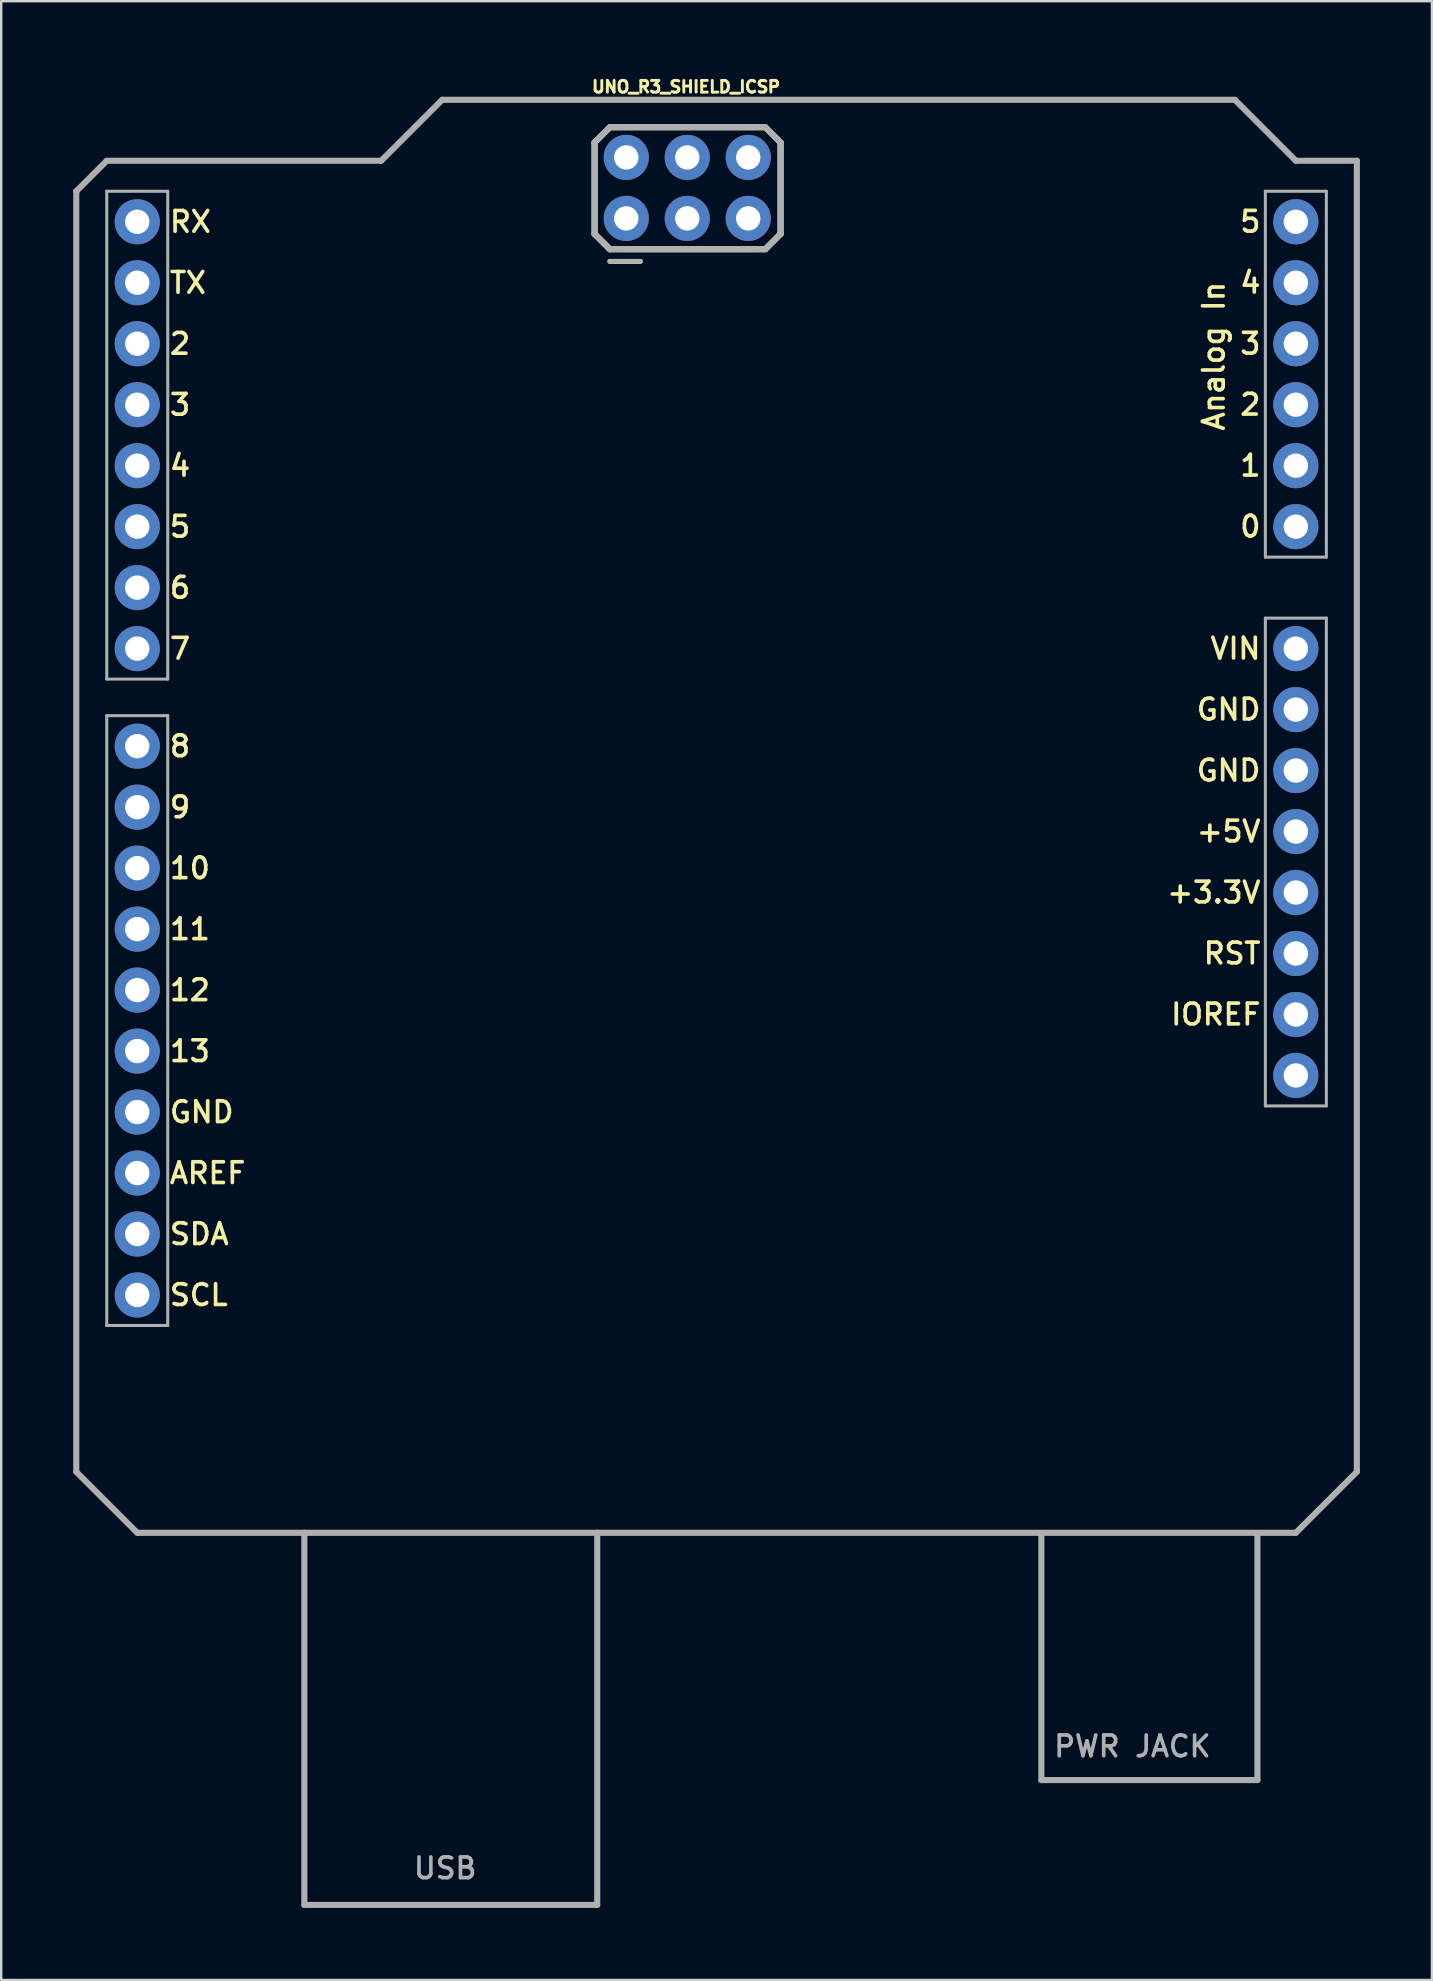
<source format=kicad_pcb>
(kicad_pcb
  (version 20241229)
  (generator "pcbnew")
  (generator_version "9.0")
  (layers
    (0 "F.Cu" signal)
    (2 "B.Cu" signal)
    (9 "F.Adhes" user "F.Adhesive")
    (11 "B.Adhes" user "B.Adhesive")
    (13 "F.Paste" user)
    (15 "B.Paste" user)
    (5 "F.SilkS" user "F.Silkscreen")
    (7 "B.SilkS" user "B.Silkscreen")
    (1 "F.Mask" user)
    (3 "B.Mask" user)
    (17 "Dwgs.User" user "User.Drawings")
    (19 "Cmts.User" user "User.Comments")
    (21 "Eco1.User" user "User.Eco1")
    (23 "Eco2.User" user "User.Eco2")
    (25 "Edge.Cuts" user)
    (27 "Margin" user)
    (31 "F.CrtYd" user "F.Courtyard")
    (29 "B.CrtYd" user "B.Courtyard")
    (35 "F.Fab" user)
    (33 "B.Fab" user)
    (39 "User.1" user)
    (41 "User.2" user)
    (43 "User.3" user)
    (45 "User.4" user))
  (footprint "UNO_R3_SHIELD_ICSP"
    (layer "F.Cu")
    (at 26.797 30.317)
    (property "Reference" "UNO_R3_SHIELD_ICSP" (at -1.27 -29.464 0) (layer "F.SilkS") (effects (font (size 0.488 0.488) (thickness 0.122)) (justify bottom)))
    (fp_line (start -5.08 -27.432) (end -4.445 -28.067) (stroke (width 0.254) (type solid)) (layer "F.SilkS"))
    (fp_line (start -5.08 -23.622) (end -5.08 -27.432) (stroke (width 0.254) (type solid)) (layer "F.SilkS"))
    (fp_line (start -4.445 -28.067) (end 2.032 -28.067) (stroke (width 0.254) (type solid)) (layer "F.SilkS"))
    (fp_line (start -4.445 -22.987) (end -5.08 -23.622) (stroke (width 0.254) (type solid)) (layer "F.SilkS"))
    (fp_line (start -3.175 -22.479) (end -4.445 -22.479) (stroke (width 0.203) (type solid)) (layer "F.SilkS"))
    (fp_line (start 2.032 -28.067) (end 2.667 -27.432) (stroke (width 0.254) (type solid)) (layer "F.SilkS"))
    (fp_line (start 2.032 -22.987) (end -4.445 -22.987) (stroke (width 0.254) (type solid)) (layer "F.SilkS"))
    (fp_line (start 2.667 -27.432) (end 2.667 -23.622) (stroke (width 0.254) (type solid)) (layer "F.SilkS"))
    (fp_line (start 2.667 -23.622) (end 2.032 -22.987) (stroke (width 0.254) (type solid)) (layer "F.SilkS"))
    (fp_line (start -26.67 -25.4) (end -26.67 27.94) (stroke (width 0.254) (type solid)) (layer "F.Fab"))
    (fp_line (start -26.67 27.94) (end -24.13 30.48) (stroke (width 0.254) (type solid)) (layer "F.Fab"))
    (fp_line (start -25.4 -26.67) (end -26.67 -25.4) (stroke (width 0.254) (type solid)) (layer "F.Fab"))
    (fp_line (start -25.4 -25.4) (end -22.86 -25.4) (stroke (width 0.127) (type solid)) (layer "F.Fab"))
    (fp_line (start -25.4 -5.08) (end -25.4 -25.4) (stroke (width 0.127) (type solid)) (layer "F.Fab"))
    (fp_line (start -25.4 -3.556) (end -22.86 -3.556) (stroke (width 0.127) (type solid)) (layer "F.Fab"))
    (fp_line (start -25.4 21.844) (end -25.4 -3.556) (stroke (width 0.127) (type solid)) (layer "F.Fab"))
    (fp_line (start -24.13 30.48) (end -17.17 30.48) (stroke (width 0.254) (type solid)) (layer "F.Fab"))
    (fp_line (start -22.86 -25.4) (end -22.86 -5.08) (stroke (width 0.127) (type solid)) (layer "F.Fab"))
    (fp_line (start -22.86 -5.08) (end -25.4 -5.08) (stroke (width 0.127) (type solid)) (layer "F.Fab"))
    (fp_line (start -22.86 -3.556) (end -22.86 21.844) (stroke (width 0.127) (type solid)) (layer "F.Fab"))
    (fp_line (start -22.86 21.844) (end -25.4 21.844) (stroke (width 0.127) (type solid)) (layer "F.Fab"))
    (fp_line (start -17.17 30.48) (end -4.97 30.48) (stroke (width 0.254) (type solid)) (layer "F.Fab"))
    (fp_line (start -17.17 45.98) (end -17.17 30.48) (stroke (width 0.254) (type solid)) (layer "F.Fab"))
    (fp_line (start -17.17 45.98) (end -4.97 45.98) (stroke (width 0.254) (type solid)) (layer "F.Fab"))
    (fp_line (start -13.97 -26.67) (end -25.4 -26.67) (stroke (width 0.254) (type solid)) (layer "F.Fab"))
    (fp_line (start -11.43 -29.21) (end -13.97 -26.67) (stroke (width 0.254) (type solid)) (layer "F.Fab"))
    (fp_line (start -5.08 -27.432) (end -4.445 -28.067) (stroke (width 0.254) (type solid)) (layer "F.Fab"))
    (fp_line (start -5.08 -23.622) (end -5.08 -27.432) (stroke (width 0.254) (type solid)) (layer "F.Fab"))
    (fp_line (start -4.97 30.48) (end 24.13 30.48) (stroke (width 0.254) (type solid)) (layer "F.Fab"))
    (fp_line (start -4.97 45.98) (end -4.97 30.48) (stroke (width 0.254) (type solid)) (layer "F.Fab"))
    (fp_line (start -4.445 -28.067) (end 2.032 -28.067) (stroke (width 0.254) (type solid)) (layer "F.Fab"))
    (fp_line (start -4.445 -22.987) (end -5.08 -23.622) (stroke (width 0.254) (type solid)) (layer "F.Fab"))
    (fp_line (start -3.175 -22.479) (end -4.445 -22.479) (stroke (width 0.203) (type solid)) (layer "F.Fab"))
    (fp_line (start 2.032 -28.067) (end 2.667 -27.432) (stroke (width 0.254) (type solid)) (layer "F.Fab"))
    (fp_line (start 2.032 -22.987) (end -4.445 -22.987) (stroke (width 0.254) (type solid)) (layer "F.Fab"))
    (fp_line (start 2.667 -27.432) (end 2.667 -23.622) (stroke (width 0.254) (type solid)) (layer "F.Fab"))
    (fp_line (start 2.667 -23.622) (end 2.032 -22.987) (stroke (width 0.254) (type solid)) (layer "F.Fab"))
    (fp_line (start 13.53 40.78) (end 13.53 30.58) (stroke (width 0.254) (type solid)) (layer "F.Fab"))
    (fp_line (start 13.53 40.78) (end 22.53 40.78) (stroke (width 0.254) (type solid)) (layer "F.Fab"))
    (fp_line (start 21.59 -29.21) (end -11.43 -29.21) (stroke (width 0.254) (type solid)) (layer "F.Fab"))
    (fp_line (start 22.53 40.78) (end 22.53 30.58) (stroke (width 0.254) (type solid)) (layer "F.Fab"))
    (fp_line (start 22.86 -25.4) (end 25.4 -25.4) (stroke (width 0.127) (type solid)) (layer "F.Fab"))
    (fp_line (start 22.86 -10.16) (end 22.86 -25.4) (stroke (width 0.127) (type solid)) (layer "F.Fab"))
    (fp_line (start 22.86 -7.62) (end 22.86 12.7) (stroke (width 0.127) (type solid)) (layer "F.Fab"))
    (fp_line (start 22.86 12.7) (end 25.4 12.7) (stroke (width 0.127) (type solid)) (layer "F.Fab"))
    (fp_line (start 24.13 -26.67) (end 21.59 -29.21) (stroke (width 0.254) (type solid)) (layer "F.Fab"))
    (fp_line (start 24.13 30.48) (end 26.67 27.94) (stroke (width 0.254) (type solid)) (layer "F.Fab"))
    (fp_line (start 25.4 -25.4) (end 25.4 -10.16) (stroke (width 0.127) (type solid)) (layer "F.Fab"))
    (fp_line (start 25.4 -10.16) (end 22.86 -10.16) (stroke (width 0.127) (type solid)) (layer "F.Fab"))
    (fp_line (start 25.4 -7.62) (end 22.86 -7.62) (stroke (width 0.127) (type solid)) (layer "F.Fab"))
    (fp_line (start 25.4 12.7) (end 25.4 -7.62) (stroke (width 0.127) (type solid)) (layer "F.Fab"))
    (fp_line (start 26.67 -26.67) (end 24.13 -26.67) (stroke (width 0.254) (type solid)) (layer "F.Fab"))
    (fp_line (start 26.67 27.94) (end 26.67 -26.67) (stroke (width 0.254) (type solid)) (layer "F.Fab"))
    (fp_text user "GND" (at -22.86 13.462 0) (layer "F.SilkS") (effects (font (size 0.864 0.864) (thickness 0.152)) (justify left bottom)))
    (fp_text user "VIN" (at 22.746 -6.858 0) (layer "F.SilkS") (effects (font (size 0.864 0.864) (thickness 0.152)) (justify right top)))
    (fp_text user "0" (at 22.746 -11.938 0) (layer "F.SilkS") (effects (font (size 0.864 0.864) (thickness 0.152)) (justify right top)))
    (fp_text user "2" (at -22.86 -18.542 0) (layer "F.SilkS") (effects (font (size 0.864 0.864) (thickness 0.152)) (justify left bottom)))
    (fp_text user "SDA" (at -22.86 18.542 0) (layer "F.SilkS") (effects (font (size 0.864 0.864) (thickness 0.152)) (justify left bottom)))
    (fp_text user "7" (at -22.86 -5.842 0) (layer "F.SilkS") (effects (font (size 0.864 0.864) (thickness 0.152)) (justify left bottom)))
    (fp_text user "+3.3V" (at 22.746 3.302 0) (layer "F.SilkS") (effects (font (size 0.864 0.864) (thickness 0.152)) (justify right top)))
    (fp_text user "9" (at -22.86 0.762 0) (layer "F.SilkS") (effects (font (size 0.864 0.864) (thickness 0.152)) (justify left bottom)))
    (fp_text user "+5V" (at 22.746 0.762 0) (layer "F.SilkS") (effects (font (size 0.864 0.864) (thickness 0.152)) (justify right top)))
    (fp_text user "3" (at 22.746 -19.558 0) (layer "F.SilkS") (effects (font (size 0.864 0.864) (thickness 0.152)) (justify right top)))
    (fp_text user "11" (at -22.86 5.842 0) (layer "F.SilkS") (effects (font (size 0.864 0.864) (thickness 0.152)) (justify left bottom)))
    (fp_text user "SCL" (at -22.86 21.082 0) (layer "F.SilkS") (effects (font (size 0.864 0.864) (thickness 0.152)) (justify left bottom)))
    (fp_text user "2" (at 22.746 -17.018 0) (layer "F.SilkS") (effects (font (size 0.864 0.864) (thickness 0.152)) (justify right top)))
    (fp_text user "8" (at -22.86 -1.778 0) (layer "F.SilkS") (effects (font (size 0.864 0.864) (thickness 0.152)) (justify left bottom)))
    (fp_text user "GND" (at 22.746 -4.318 0) (layer "F.SilkS") (effects (font (size 0.864 0.864) (thickness 0.152)) (justify right top)))
    (fp_text user "AREF" (at -22.86 16.002 0) (layer "F.SilkS") (effects (font (size 0.864 0.864) (thickness 0.152)) (justify left bottom)))
    (fp_text user "13" (at -22.86 10.922 0) (layer "F.SilkS") (effects (font (size 0.864 0.864) (thickness 0.152)) (justify left bottom)))
    (fp_text user "12" (at -22.86 8.382 0) (layer "F.SilkS") (effects (font (size 0.864 0.864) (thickness 0.152)) (justify left bottom)))
    (fp_text user "6" (at -22.86 -8.382 0) (layer "F.SilkS") (effects (font (size 0.864 0.864) (thickness 0.152)) (justify left bottom)))
    (fp_text user "TX" (at -22.86 -21.082 0) (layer "F.SilkS") (effects (font (size 0.864 0.864) (thickness 0.152)) (justify left bottom)))
    (fp_text user "10" (at -22.86 3.302 0) (layer "F.SilkS") (effects (font (size 0.864 0.864) (thickness 0.152)) (justify left bottom)))
    (fp_text user "5" (at 22.746 -24.638 0) (layer "F.SilkS") (effects (font (size 0.864 0.864) (thickness 0.152)) (justify right top)))
    (fp_text user "1" (at 22.746 -14.478 0) (layer "F.SilkS") (effects (font (size 0.864 0.864) (thickness 0.152)) (justify right top)))
    (fp_text user "RX" (at -22.86 -23.622 0) (layer "F.SilkS") (effects (font (size 0.864 0.864) (thickness 0.152)) (justify left bottom)))
    (fp_text user "5" (at -22.86 -10.922 0) (layer "F.SilkS") (effects (font (size 0.864 0.864) (thickness 0.152)) (justify left bottom)))
    (fp_text user "4" (at -22.86 -13.462 0) (layer "F.SilkS") (effects (font (size 0.864 0.864) (thickness 0.152)) (justify left bottom)))
    (fp_text user "RST" (at 22.746 5.842 0) (layer "F.SilkS") (effects (font (size 0.864 0.864) (thickness 0.152)) (justify right top)))
    (fp_text user "Analog In" (at 20.206 -21.717 90) (layer "F.SilkS") (effects (font (size 0.864 0.864) (thickness 0.152)) (justify right top)))
    (fp_text user "4" (at 22.746 -22.098 0) (layer "F.SilkS") (effects (font (size 0.864 0.864) (thickness 0.152)) (justify right top)))
    (fp_text user "IOREF" (at 22.746 8.382 0) (layer "F.SilkS") (effects (font (size 0.864 0.864) (thickness 0.152)) (justify right top)))
    (fp_text user "3" (at -22.86 -16.002 0) (layer "F.SilkS") (effects (font (size 0.864 0.864) (thickness 0.152)) (justify left bottom)))
    (fp_text user "GND" (at 22.746 -1.778 0) (layer "F.SilkS") (effects (font (size 0.864 0.864) (thickness 0.152)) (justify right top)))
    (fp_text user "USB" (at -12.7 44.958 0) (layer "F.Fab") (effects (font (size 0.864 0.864) (thickness 0.152)) (justify left bottom)))
    (fp_text user "PWR JACK" (at 13.97 39.878 0) (layer "F.Fab") (effects (font (size 0.864 0.864) (thickness 0.152)) (justify left bottom)))
    (pad "3.3V" thru_hole circle (at 24.13 3.81 90) (size 1.88 1.88) (drill 1.016) (layers "*.Cu" "*.Mask"))
    (pad "5V" thru_hole circle (at 24.13 1.27 90) (size 1.88 1.88) (drill 1.016) (layers "*.Cu" "*.Mask"))
    (pad "5V_ICSP" thru_hole circle (at -3.76 -26.81 90) (size 1.88 1.88) (drill 1.016) (layers "*.Cu" "*.Mask"))
    (pad "A0" thru_hole circle (at 24.13 -11.43 90) (size 1.88 1.88) (drill 1.016) (layers "*.Cu" "*.Mask"))
    (pad "A1" thru_hole circle (at 24.13 -13.97 90) (size 1.88 1.88) (drill 1.016) (layers "*.Cu" "*.Mask"))
    (pad "A2" thru_hole circle (at 24.13 -16.51 90) (size 1.88 1.88) (drill 1.016) (layers "*.Cu" "*.Mask"))
    (pad "A3" thru_hole circle (at 24.13 -19.05 90) (size 1.88 1.88) (drill 1.016) (layers "*.Cu" "*.Mask"))
    (pad "A4" thru_hole circle (at 24.13 -21.59 90) (size 1.88 1.88) (drill 1.016) (layers "*.Cu" "*.Mask"))
    (pad "A5" thru_hole circle (at 24.13 -24.13 90) (size 1.88 1.88) (drill 1.016) (layers "*.Cu" "*.Mask"))
    (pad "AREF" thru_hole circle (at -24.13 15.494 90) (size 1.88 1.88) (drill 1.016) (layers "*.Cu" "*.Mask"))
    (pad "D2" thru_hole circle (at -24.13 -19.05 90) (size 1.88 1.88) (drill 1.016) (layers "*.Cu" "*.Mask"))
    (pad "D3" thru_hole circle (at -24.13 -16.51 90) (size 1.88 1.88) (drill 1.016) (layers "*.Cu" "*.Mask"))
    (pad "D4" thru_hole circle (at -24.13 -13.97 90) (size 1.88 1.88) (drill 1.016) (layers "*.Cu" "*.Mask"))
    (pad "D5" thru_hole circle (at -24.13 -11.43 90) (size 1.88 1.88) (drill 1.016) (layers "*.Cu" "*.Mask"))
    (pad "D6" thru_hole circle (at -24.13 -8.89 90) (size 1.88 1.88) (drill 1.016) (layers "*.Cu" "*.Mask"))
    (pad "D7" thru_hole circle (at -24.13 -6.35 90) (size 1.88 1.88) (drill 1.016) (layers "*.Cu" "*.Mask"))
    (pad "D8" thru_hole circle (at -24.13 -2.286 90) (size 1.88 1.88) (drill 1.016) (layers "*.Cu" "*.Mask"))
    (pad "D9" thru_hole circle (at -24.13 0.254 90) (size 1.88 1.88) (drill 1.016) (layers "*.Cu" "*.Mask"))
    (pad "D10" thru_hole circle (at -24.13 2.794 90) (size 1.88 1.88) (drill 1.016) (layers "*.Cu" "*.Mask"))
    (pad "D11" thru_hole circle (at -24.13 5.334 90) (size 1.88 1.88) (drill 1.016) (layers "*.Cu" "*.Mask"))
    (pad "D12" thru_hole circle (at -24.13 7.874 90) (size 1.88 1.88) (drill 1.016) (layers "*.Cu" "*.Mask"))
    (pad "D13" thru_hole circle (at -24.13 10.414 90) (size 1.88 1.88) (drill 1.016) (layers "*.Cu" "*.Mask"))
    (pad "GND@0" thru_hole circle (at 24.13 -1.27 90) (size 1.88 1.88) (drill 1.016) (layers "*.Cu" "*.Mask"))
    (pad "GND@1" thru_hole circle (at 24.13 -3.81 90) (size 1.88 1.88) (drill 1.016) (layers "*.Cu" "*.Mask"))
    (pad "GND@2" thru_hole circle (at -24.13 12.954 90) (size 1.88 1.88) (drill 1.016) (layers "*.Cu" "*.Mask"))
    (pad "GND_ICSP" thru_hole circle (at 1.32 -26.81 90) (size 1.88 1.88) (drill 1.016) (layers "*.Cu" "*.Mask"))
    (pad "IOREF" thru_hole circle (at 24.13 8.89 90) (size 1.88 1.88) (drill 1.016) (layers "*.Cu" "*.Mask"))
    (pad "MISO" thru_hole circle (at -3.76 -24.27 90) (size 1.88 1.88) (drill 1.016) (layers "*.Cu" "*.Mask"))
    (pad "MOSI" thru_hole circle (at -1.22 -26.81 90) (size 1.88 1.88) (drill 1.016) (layers "*.Cu" "*.Mask"))
    (pad "NC" thru_hole circle (at 24.13 11.43 90) (size 1.88 1.88) (drill 1.016) (layers "*.Cu" "*.Mask"))
    (pad "RES" thru_hole circle (at 24.13 6.35 90) (size 1.88 1.88) (drill 1.016) (layers "*.Cu" "*.Mask"))
    (pad "RST_ICSP" thru_hole circle (at 1.32 -24.27 90) (size 1.88 1.88) (drill 1.016) (layers "*.Cu" "*.Mask"))
    (pad "RX" thru_hole circle (at -24.13 -24.13 90) (size 1.88 1.88) (drill 1.016) (layers "*.Cu" "*.Mask"))
    (pad "SCK" thru_hole circle (at -1.22 -24.27 90) (size 1.88 1.88) (drill 1.016) (layers "*.Cu" "*.Mask"))
    (pad "SCL" thru_hole circle (at -24.13 20.574 90) (size 1.88 1.88) (drill 1.016) (layers "*.Cu" "*.Mask"))
    (pad "SDA" thru_hole circle (at -24.13 18.034 90) (size 1.88 1.88) (drill 1.016) (layers "*.Cu" "*.Mask"))
    (pad "TX" thru_hole circle (at -24.13 -21.59 90) (size 1.88 1.88) (drill 1.016) (layers "*.Cu" "*.Mask"))
    (pad "VIN" thru_hole circle (at 24.13 -6.35 90) (size 1.88 1.88) (drill 1.016) (layers "*.Cu" "*.Mask")))
  (gr_rect
    (start -3 -3)
    (end 56.594 79.424)
    (stroke (width 0.1) (type default))
    (fill no)
    (layer "Edge.Cuts")))
</source>
